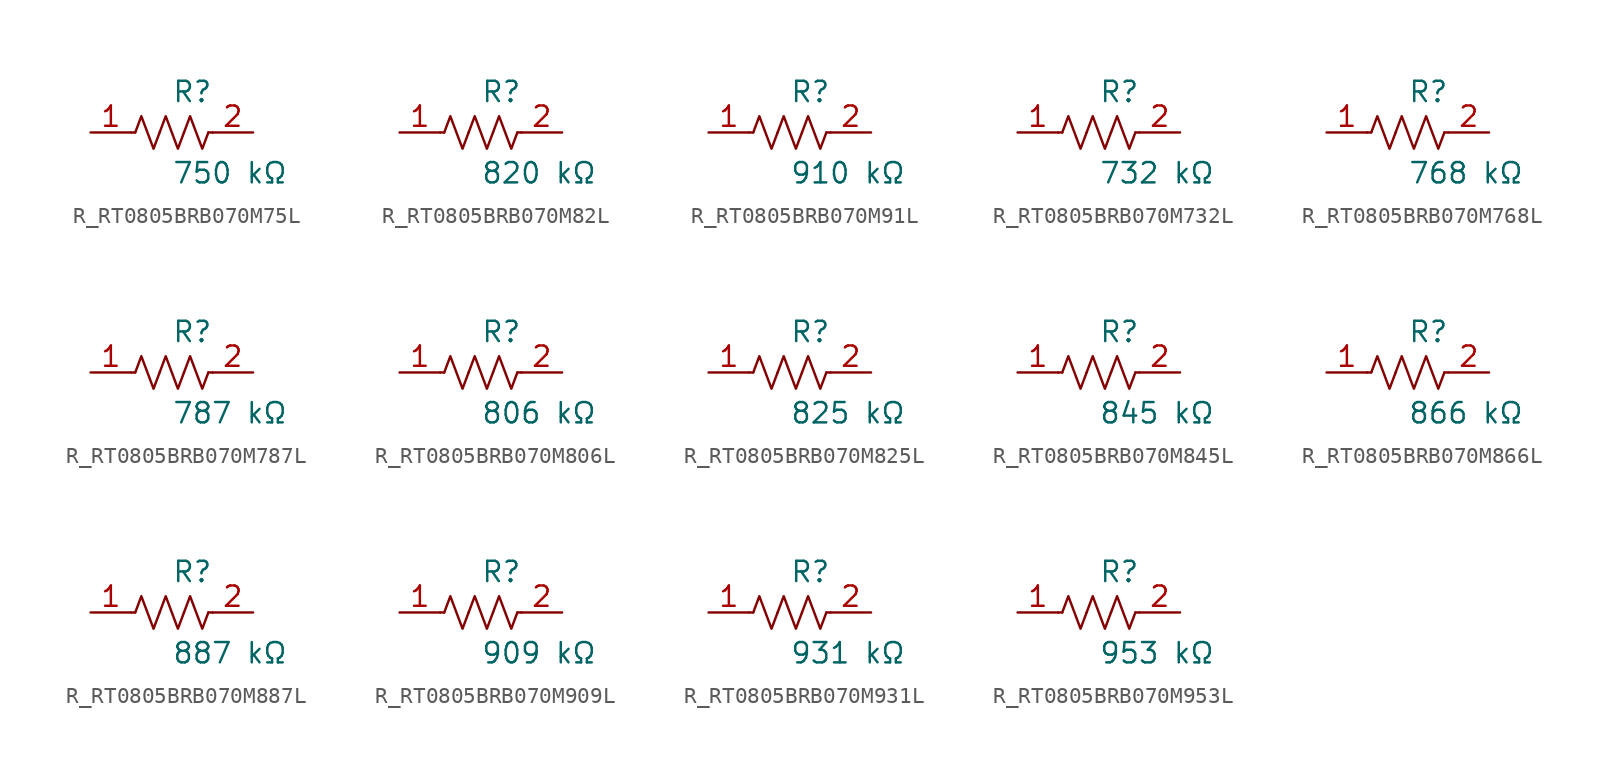
<source format=kicad_sym>
(kicad_symbol_lib
  (version 20231120)
  (generator kicad_symbol_editor)
  (generator_version 8.0)
  (symbol "R_RT0805BRB070M75L"
    (pin_names
      (offset 0.254))
    (property "Reference" "R"
      (at 0.0 2.54 0)
      (effects (font (size 1.27 1.27)) (justify left)))
    (property "Value" "750 kΩ"
      (at 0.0 -2.54 0)
      (effects (font (size 1.27 1.27)) (justify left)))
    (symbol "R_RT0805BRB070M75L_0_1"
      (polyline (pts (xy 2.286 0) (xy 2.54 0)) (stroke (width 0) (type default)) (fill (type none)))
      (polyline (pts (xy -2.286 0) (xy -2.54 0)) (stroke (width 0) (type default)) (fill (type none)))
      (polyline (pts (xy 0.762 0) (xy 1.143 1.016) (xy 1.524 0) (xy 1.905 -1.016) (xy 2.286 0)) (stroke (width 0) (type default)) (fill (type none)))
      (polyline (pts (xy -0.762 0) (xy -0.381 1.016) (xy 0 0) (xy 0.381 -1.016) (xy 0.762 0)) (stroke (width 0) (type default)) (fill (type none)))
      (polyline (pts (xy -2.286 0) (xy -1.905 1.016) (xy -1.524 0) (xy -1.143 -1.016) (xy -0.762 0)) (stroke (width 0) (type default)) (fill (type none))))
    (pin unspecified line
      (at -5.08 0 0)
      (length 2.54)
      (name "" (effects (font (size 1.27 1.27))))
      (number "1" (effects (font (size 1.27 1.27)))))
    (pin unspecified line
      (at 5.08 0 180)
      (length 2.54)
      (name "" (effects (font (size 1.27 1.27))))
      (number "2" (effects (font (size 1.27 1.27))))))
  (symbol "R_RT0805BRB070M82L"
    (pin_names
      (offset 0.254))
    (property "Reference" "R"
      (at 0.0 2.54 0)
      (effects (font (size 1.27 1.27)) (justify left)))
    (property "Value" "820 kΩ"
      (at 0.0 -2.54 0)
      (effects (font (size 1.27 1.27)) (justify left)))
    (symbol "R_RT0805BRB070M82L_0_1"
      (polyline (pts (xy 2.286 0) (xy 2.54 0)) (stroke (width 0) (type default)) (fill (type none)))
      (polyline (pts (xy -2.286 0) (xy -2.54 0)) (stroke (width 0) (type default)) (fill (type none)))
      (polyline (pts (xy 0.762 0) (xy 1.143 1.016) (xy 1.524 0) (xy 1.905 -1.016) (xy 2.286 0)) (stroke (width 0) (type default)) (fill (type none)))
      (polyline (pts (xy -0.762 0) (xy -0.381 1.016) (xy 0 0) (xy 0.381 -1.016) (xy 0.762 0)) (stroke (width 0) (type default)) (fill (type none)))
      (polyline (pts (xy -2.286 0) (xy -1.905 1.016) (xy -1.524 0) (xy -1.143 -1.016) (xy -0.762 0)) (stroke (width 0) (type default)) (fill (type none))))
    (pin unspecified line
      (at -5.08 0 0)
      (length 2.54)
      (name "" (effects (font (size 1.27 1.27))))
      (number "1" (effects (font (size 1.27 1.27)))))
    (pin unspecified line
      (at 5.08 0 180)
      (length 2.54)
      (name "" (effects (font (size 1.27 1.27))))
      (number "2" (effects (font (size 1.27 1.27))))))
  (symbol "R_RT0805BRB070M91L"
    (pin_names
      (offset 0.254))
    (property "Reference" "R"
      (at 0.0 2.54 0)
      (effects (font (size 1.27 1.27)) (justify left)))
    (property "Value" "910 kΩ"
      (at 0.0 -2.54 0)
      (effects (font (size 1.27 1.27)) (justify left)))
    (symbol "R_RT0805BRB070M91L_0_1"
      (polyline (pts (xy 2.286 0) (xy 2.54 0)) (stroke (width 0) (type default)) (fill (type none)))
      (polyline (pts (xy -2.286 0) (xy -2.54 0)) (stroke (width 0) (type default)) (fill (type none)))
      (polyline (pts (xy 0.762 0) (xy 1.143 1.016) (xy 1.524 0) (xy 1.905 -1.016) (xy 2.286 0)) (stroke (width 0) (type default)) (fill (type none)))
      (polyline (pts (xy -0.762 0) (xy -0.381 1.016) (xy 0 0) (xy 0.381 -1.016) (xy 0.762 0)) (stroke (width 0) (type default)) (fill (type none)))
      (polyline (pts (xy -2.286 0) (xy -1.905 1.016) (xy -1.524 0) (xy -1.143 -1.016) (xy -0.762 0)) (stroke (width 0) (type default)) (fill (type none))))
    (pin unspecified line
      (at -5.08 0 0)
      (length 2.54)
      (name "" (effects (font (size 1.27 1.27))))
      (number "1" (effects (font (size 1.27 1.27)))))
    (pin unspecified line
      (at 5.08 0 180)
      (length 2.54)
      (name "" (effects (font (size 1.27 1.27))))
      (number "2" (effects (font (size 1.27 1.27))))))
  (symbol "R_RT0805BRB070M732L"
    (pin_names
      (offset 0.254))
    (property "Reference" "R"
      (at 0.0 2.54 0)
      (effects (font (size 1.27 1.27)) (justify left)))
    (property "Value" "732 kΩ"
      (at 0.0 -2.54 0)
      (effects (font (size 1.27 1.27)) (justify left)))
    (symbol "R_RT0805BRB070M732L_0_1"
      (polyline (pts (xy 2.286 0) (xy 2.54 0)) (stroke (width 0) (type default)) (fill (type none)))
      (polyline (pts (xy -2.286 0) (xy -2.54 0)) (stroke (width 0) (type default)) (fill (type none)))
      (polyline (pts (xy 0.762 0) (xy 1.143 1.016) (xy 1.524 0) (xy 1.905 -1.016) (xy 2.286 0)) (stroke (width 0) (type default)) (fill (type none)))
      (polyline (pts (xy -0.762 0) (xy -0.381 1.016) (xy 0 0) (xy 0.381 -1.016) (xy 0.762 0)) (stroke (width 0) (type default)) (fill (type none)))
      (polyline (pts (xy -2.286 0) (xy -1.905 1.016) (xy -1.524 0) (xy -1.143 -1.016) (xy -0.762 0)) (stroke (width 0) (type default)) (fill (type none))))
    (pin unspecified line
      (at -5.08 0 0)
      (length 2.54)
      (name "" (effects (font (size 1.27 1.27))))
      (number "1" (effects (font (size 1.27 1.27)))))
    (pin unspecified line
      (at 5.08 0 180)
      (length 2.54)
      (name "" (effects (font (size 1.27 1.27))))
      (number "2" (effects (font (size 1.27 1.27))))))
  (symbol "R_RT0805BRB070M768L"
    (pin_names
      (offset 0.254))
    (property "Reference" "R"
      (at 0.0 2.54 0)
      (effects (font (size 1.27 1.27)) (justify left)))
    (property "Value" "768 kΩ"
      (at 0.0 -2.54 0)
      (effects (font (size 1.27 1.27)) (justify left)))
    (symbol "R_RT0805BRB070M768L_0_1"
      (polyline (pts (xy 2.286 0) (xy 2.54 0)) (stroke (width 0) (type default)) (fill (type none)))
      (polyline (pts (xy -2.286 0) (xy -2.54 0)) (stroke (width 0) (type default)) (fill (type none)))
      (polyline (pts (xy 0.762 0) (xy 1.143 1.016) (xy 1.524 0) (xy 1.905 -1.016) (xy 2.286 0)) (stroke (width 0) (type default)) (fill (type none)))
      (polyline (pts (xy -0.762 0) (xy -0.381 1.016) (xy 0 0) (xy 0.381 -1.016) (xy 0.762 0)) (stroke (width 0) (type default)) (fill (type none)))
      (polyline (pts (xy -2.286 0) (xy -1.905 1.016) (xy -1.524 0) (xy -1.143 -1.016) (xy -0.762 0)) (stroke (width 0) (type default)) (fill (type none))))
    (pin unspecified line
      (at -5.08 0 0)
      (length 2.54)
      (name "" (effects (font (size 1.27 1.27))))
      (number "1" (effects (font (size 1.27 1.27)))))
    (pin unspecified line
      (at 5.08 0 180)
      (length 2.54)
      (name "" (effects (font (size 1.27 1.27))))
      (number "2" (effects (font (size 1.27 1.27))))))
  (symbol "R_RT0805BRB070M787L"
    (pin_names
      (offset 0.254))
    (property "Reference" "R"
      (at 0.0 2.54 0)
      (effects (font (size 1.27 1.27)) (justify left)))
    (property "Value" "787 kΩ"
      (at 0.0 -2.54 0)
      (effects (font (size 1.27 1.27)) (justify left)))
    (symbol "R_RT0805BRB070M787L_0_1"
      (polyline (pts (xy 2.286 0) (xy 2.54 0)) (stroke (width 0) (type default)) (fill (type none)))
      (polyline (pts (xy -2.286 0) (xy -2.54 0)) (stroke (width 0) (type default)) (fill (type none)))
      (polyline (pts (xy 0.762 0) (xy 1.143 1.016) (xy 1.524 0) (xy 1.905 -1.016) (xy 2.286 0)) (stroke (width 0) (type default)) (fill (type none)))
      (polyline (pts (xy -0.762 0) (xy -0.381 1.016) (xy 0 0) (xy 0.381 -1.016) (xy 0.762 0)) (stroke (width 0) (type default)) (fill (type none)))
      (polyline (pts (xy -2.286 0) (xy -1.905 1.016) (xy -1.524 0) (xy -1.143 -1.016) (xy -0.762 0)) (stroke (width 0) (type default)) (fill (type none))))
    (pin unspecified line
      (at -5.08 0 0)
      (length 2.54)
      (name "" (effects (font (size 1.27 1.27))))
      (number "1" (effects (font (size 1.27 1.27)))))
    (pin unspecified line
      (at 5.08 0 180)
      (length 2.54)
      (name "" (effects (font (size 1.27 1.27))))
      (number "2" (effects (font (size 1.27 1.27))))))
  (symbol "R_RT0805BRB070M806L"
    (pin_names
      (offset 0.254))
    (property "Reference" "R"
      (at 0.0 2.54 0)
      (effects (font (size 1.27 1.27)) (justify left)))
    (property "Value" "806 kΩ"
      (at 0.0 -2.54 0)
      (effects (font (size 1.27 1.27)) (justify left)))
    (symbol "R_RT0805BRB070M806L_0_1"
      (polyline (pts (xy 2.286 0) (xy 2.54 0)) (stroke (width 0) (type default)) (fill (type none)))
      (polyline (pts (xy -2.286 0) (xy -2.54 0)) (stroke (width 0) (type default)) (fill (type none)))
      (polyline (pts (xy 0.762 0) (xy 1.143 1.016) (xy 1.524 0) (xy 1.905 -1.016) (xy 2.286 0)) (stroke (width 0) (type default)) (fill (type none)))
      (polyline (pts (xy -0.762 0) (xy -0.381 1.016) (xy 0 0) (xy 0.381 -1.016) (xy 0.762 0)) (stroke (width 0) (type default)) (fill (type none)))
      (polyline (pts (xy -2.286 0) (xy -1.905 1.016) (xy -1.524 0) (xy -1.143 -1.016) (xy -0.762 0)) (stroke (width 0) (type default)) (fill (type none))))
    (pin unspecified line
      (at -5.08 0 0)
      (length 2.54)
      (name "" (effects (font (size 1.27 1.27))))
      (number "1" (effects (font (size 1.27 1.27)))))
    (pin unspecified line
      (at 5.08 0 180)
      (length 2.54)
      (name "" (effects (font (size 1.27 1.27))))
      (number "2" (effects (font (size 1.27 1.27))))))
  (symbol "R_RT0805BRB070M825L"
    (pin_names
      (offset 0.254))
    (property "Reference" "R"
      (at 0.0 2.54 0)
      (effects (font (size 1.27 1.27)) (justify left)))
    (property "Value" "825 kΩ"
      (at 0.0 -2.54 0)
      (effects (font (size 1.27 1.27)) (justify left)))
    (symbol "R_RT0805BRB070M825L_0_1"
      (polyline (pts (xy 2.286 0) (xy 2.54 0)) (stroke (width 0) (type default)) (fill (type none)))
      (polyline (pts (xy -2.286 0) (xy -2.54 0)) (stroke (width 0) (type default)) (fill (type none)))
      (polyline (pts (xy 0.762 0) (xy 1.143 1.016) (xy 1.524 0) (xy 1.905 -1.016) (xy 2.286 0)) (stroke (width 0) (type default)) (fill (type none)))
      (polyline (pts (xy -0.762 0) (xy -0.381 1.016) (xy 0 0) (xy 0.381 -1.016) (xy 0.762 0)) (stroke (width 0) (type default)) (fill (type none)))
      (polyline (pts (xy -2.286 0) (xy -1.905 1.016) (xy -1.524 0) (xy -1.143 -1.016) (xy -0.762 0)) (stroke (width 0) (type default)) (fill (type none))))
    (pin unspecified line
      (at -5.08 0 0)
      (length 2.54)
      (name "" (effects (font (size 1.27 1.27))))
      (number "1" (effects (font (size 1.27 1.27)))))
    (pin unspecified line
      (at 5.08 0 180)
      (length 2.54)
      (name "" (effects (font (size 1.27 1.27))))
      (number "2" (effects (font (size 1.27 1.27))))))
  (symbol "R_RT0805BRB070M845L"
    (pin_names
      (offset 0.254))
    (property "Reference" "R"
      (at 0.0 2.54 0)
      (effects (font (size 1.27 1.27)) (justify left)))
    (property "Value" "845 kΩ"
      (at 0.0 -2.54 0)
      (effects (font (size 1.27 1.27)) (justify left)))
    (symbol "R_RT0805BRB070M845L_0_1"
      (polyline (pts (xy 2.286 0) (xy 2.54 0)) (stroke (width 0) (type default)) (fill (type none)))
      (polyline (pts (xy -2.286 0) (xy -2.54 0)) (stroke (width 0) (type default)) (fill (type none)))
      (polyline (pts (xy 0.762 0) (xy 1.143 1.016) (xy 1.524 0) (xy 1.905 -1.016) (xy 2.286 0)) (stroke (width 0) (type default)) (fill (type none)))
      (polyline (pts (xy -0.762 0) (xy -0.381 1.016) (xy 0 0) (xy 0.381 -1.016) (xy 0.762 0)) (stroke (width 0) (type default)) (fill (type none)))
      (polyline (pts (xy -2.286 0) (xy -1.905 1.016) (xy -1.524 0) (xy -1.143 -1.016) (xy -0.762 0)) (stroke (width 0) (type default)) (fill (type none))))
    (pin unspecified line
      (at -5.08 0 0)
      (length 2.54)
      (name "" (effects (font (size 1.27 1.27))))
      (number "1" (effects (font (size 1.27 1.27)))))
    (pin unspecified line
      (at 5.08 0 180)
      (length 2.54)
      (name "" (effects (font (size 1.27 1.27))))
      (number "2" (effects (font (size 1.27 1.27))))))
  (symbol "R_RT0805BRB070M866L"
    (pin_names
      (offset 0.254))
    (property "Reference" "R"
      (at 0.0 2.54 0)
      (effects (font (size 1.27 1.27)) (justify left)))
    (property "Value" "866 kΩ"
      (at 0.0 -2.54 0)
      (effects (font (size 1.27 1.27)) (justify left)))
    (symbol "R_RT0805BRB070M866L_0_1"
      (polyline (pts (xy 2.286 0) (xy 2.54 0)) (stroke (width 0) (type default)) (fill (type none)))
      (polyline (pts (xy -2.286 0) (xy -2.54 0)) (stroke (width 0) (type default)) (fill (type none)))
      (polyline (pts (xy 0.762 0) (xy 1.143 1.016) (xy 1.524 0) (xy 1.905 -1.016) (xy 2.286 0)) (stroke (width 0) (type default)) (fill (type none)))
      (polyline (pts (xy -0.762 0) (xy -0.381 1.016) (xy 0 0) (xy 0.381 -1.016) (xy 0.762 0)) (stroke (width 0) (type default)) (fill (type none)))
      (polyline (pts (xy -2.286 0) (xy -1.905 1.016) (xy -1.524 0) (xy -1.143 -1.016) (xy -0.762 0)) (stroke (width 0) (type default)) (fill (type none))))
    (pin unspecified line
      (at -5.08 0 0)
      (length 2.54)
      (name "" (effects (font (size 1.27 1.27))))
      (number "1" (effects (font (size 1.27 1.27)))))
    (pin unspecified line
      (at 5.08 0 180)
      (length 2.54)
      (name "" (effects (font (size 1.27 1.27))))
      (number "2" (effects (font (size 1.27 1.27))))))
  (symbol "R_RT0805BRB070M887L"
    (pin_names
      (offset 0.254))
    (property "Reference" "R"
      (at 0.0 2.54 0)
      (effects (font (size 1.27 1.27)) (justify left)))
    (property "Value" "887 kΩ"
      (at 0.0 -2.54 0)
      (effects (font (size 1.27 1.27)) (justify left)))
    (symbol "R_RT0805BRB070M887L_0_1"
      (polyline (pts (xy 2.286 0) (xy 2.54 0)) (stroke (width 0) (type default)) (fill (type none)))
      (polyline (pts (xy -2.286 0) (xy -2.54 0)) (stroke (width 0) (type default)) (fill (type none)))
      (polyline (pts (xy 0.762 0) (xy 1.143 1.016) (xy 1.524 0) (xy 1.905 -1.016) (xy 2.286 0)) (stroke (width 0) (type default)) (fill (type none)))
      (polyline (pts (xy -0.762 0) (xy -0.381 1.016) (xy 0 0) (xy 0.381 -1.016) (xy 0.762 0)) (stroke (width 0) (type default)) (fill (type none)))
      (polyline (pts (xy -2.286 0) (xy -1.905 1.016) (xy -1.524 0) (xy -1.143 -1.016) (xy -0.762 0)) (stroke (width 0) (type default)) (fill (type none))))
    (pin unspecified line
      (at -5.08 0 0)
      (length 2.54)
      (name "" (effects (font (size 1.27 1.27))))
      (number "1" (effects (font (size 1.27 1.27)))))
    (pin unspecified line
      (at 5.08 0 180)
      (length 2.54)
      (name "" (effects (font (size 1.27 1.27))))
      (number "2" (effects (font (size 1.27 1.27))))))
  (symbol "R_RT0805BRB070M909L"
    (pin_names
      (offset 0.254))
    (property "Reference" "R"
      (at 0.0 2.54 0)
      (effects (font (size 1.27 1.27)) (justify left)))
    (property "Value" "909 kΩ"
      (at 0.0 -2.54 0)
      (effects (font (size 1.27 1.27)) (justify left)))
    (symbol "R_RT0805BRB070M909L_0_1"
      (polyline (pts (xy 2.286 0) (xy 2.54 0)) (stroke (width 0) (type default)) (fill (type none)))
      (polyline (pts (xy -2.286 0) (xy -2.54 0)) (stroke (width 0) (type default)) (fill (type none)))
      (polyline (pts (xy 0.762 0) (xy 1.143 1.016) (xy 1.524 0) (xy 1.905 -1.016) (xy 2.286 0)) (stroke (width 0) (type default)) (fill (type none)))
      (polyline (pts (xy -0.762 0) (xy -0.381 1.016) (xy 0 0) (xy 0.381 -1.016) (xy 0.762 0)) (stroke (width 0) (type default)) (fill (type none)))
      (polyline (pts (xy -2.286 0) (xy -1.905 1.016) (xy -1.524 0) (xy -1.143 -1.016) (xy -0.762 0)) (stroke (width 0) (type default)) (fill (type none))))
    (pin unspecified line
      (at -5.08 0 0)
      (length 2.54)
      (name "" (effects (font (size 1.27 1.27))))
      (number "1" (effects (font (size 1.27 1.27)))))
    (pin unspecified line
      (at 5.08 0 180)
      (length 2.54)
      (name "" (effects (font (size 1.27 1.27))))
      (number "2" (effects (font (size 1.27 1.27))))))
  (symbol "R_RT0805BRB070M931L"
    (pin_names
      (offset 0.254))
    (property "Reference" "R"
      (at 0.0 2.54 0)
      (effects (font (size 1.27 1.27)) (justify left)))
    (property "Value" "931 kΩ"
      (at 0.0 -2.54 0)
      (effects (font (size 1.27 1.27)) (justify left)))
    (symbol "R_RT0805BRB070M931L_0_1"
      (polyline (pts (xy 2.286 0) (xy 2.54 0)) (stroke (width 0) (type default)) (fill (type none)))
      (polyline (pts (xy -2.286 0) (xy -2.54 0)) (stroke (width 0) (type default)) (fill (type none)))
      (polyline (pts (xy 0.762 0) (xy 1.143 1.016) (xy 1.524 0) (xy 1.905 -1.016) (xy 2.286 0)) (stroke (width 0) (type default)) (fill (type none)))
      (polyline (pts (xy -0.762 0) (xy -0.381 1.016) (xy 0 0) (xy 0.381 -1.016) (xy 0.762 0)) (stroke (width 0) (type default)) (fill (type none)))
      (polyline (pts (xy -2.286 0) (xy -1.905 1.016) (xy -1.524 0) (xy -1.143 -1.016) (xy -0.762 0)) (stroke (width 0) (type default)) (fill (type none))))
    (pin unspecified line
      (at -5.08 0 0)
      (length 2.54)
      (name "" (effects (font (size 1.27 1.27))))
      (number "1" (effects (font (size 1.27 1.27)))))
    (pin unspecified line
      (at 5.08 0 180)
      (length 2.54)
      (name "" (effects (font (size 1.27 1.27))))
      (number "2" (effects (font (size 1.27 1.27))))))
  (symbol "R_RT0805BRB070M953L"
    (pin_names
      (offset 0.254))
    (property "Reference" "R"
      (at 0.0 2.54 0)
      (effects (font (size 1.27 1.27)) (justify left)))
    (property "Value" "953 kΩ"
      (at 0.0 -2.54 0)
      (effects (font (size 1.27 1.27)) (justify left)))
    (symbol "R_RT0805BRB070M953L_0_1"
      (polyline (pts (xy 2.286 0) (xy 2.54 0)) (stroke (width 0) (type default)) (fill (type none)))
      (polyline (pts (xy -2.286 0) (xy -2.54 0)) (stroke (width 0) (type default)) (fill (type none)))
      (polyline (pts (xy 0.762 0) (xy 1.143 1.016) (xy 1.524 0) (xy 1.905 -1.016) (xy 2.286 0)) (stroke (width 0) (type default)) (fill (type none)))
      (polyline (pts (xy -0.762 0) (xy -0.381 1.016) (xy 0 0) (xy 0.381 -1.016) (xy 0.762 0)) (stroke (width 0) (type default)) (fill (type none)))
      (polyline (pts (xy -2.286 0) (xy -1.905 1.016) (xy -1.524 0) (xy -1.143 -1.016) (xy -0.762 0)) (stroke (width 0) (type default)) (fill (type none))))
    (pin unspecified line
      (at -5.08 0 0)
      (length 2.54)
      (name "" (effects (font (size 1.27 1.27))))
      (number "1" (effects (font (size 1.27 1.27)))))
    (pin unspecified line
      (at 5.08 0 180)
      (length 2.54)
      (name "" (effects (font (size 1.27 1.27))))
      (number "2" (effects (font (size 1.27 1.27)))))))
</source>
